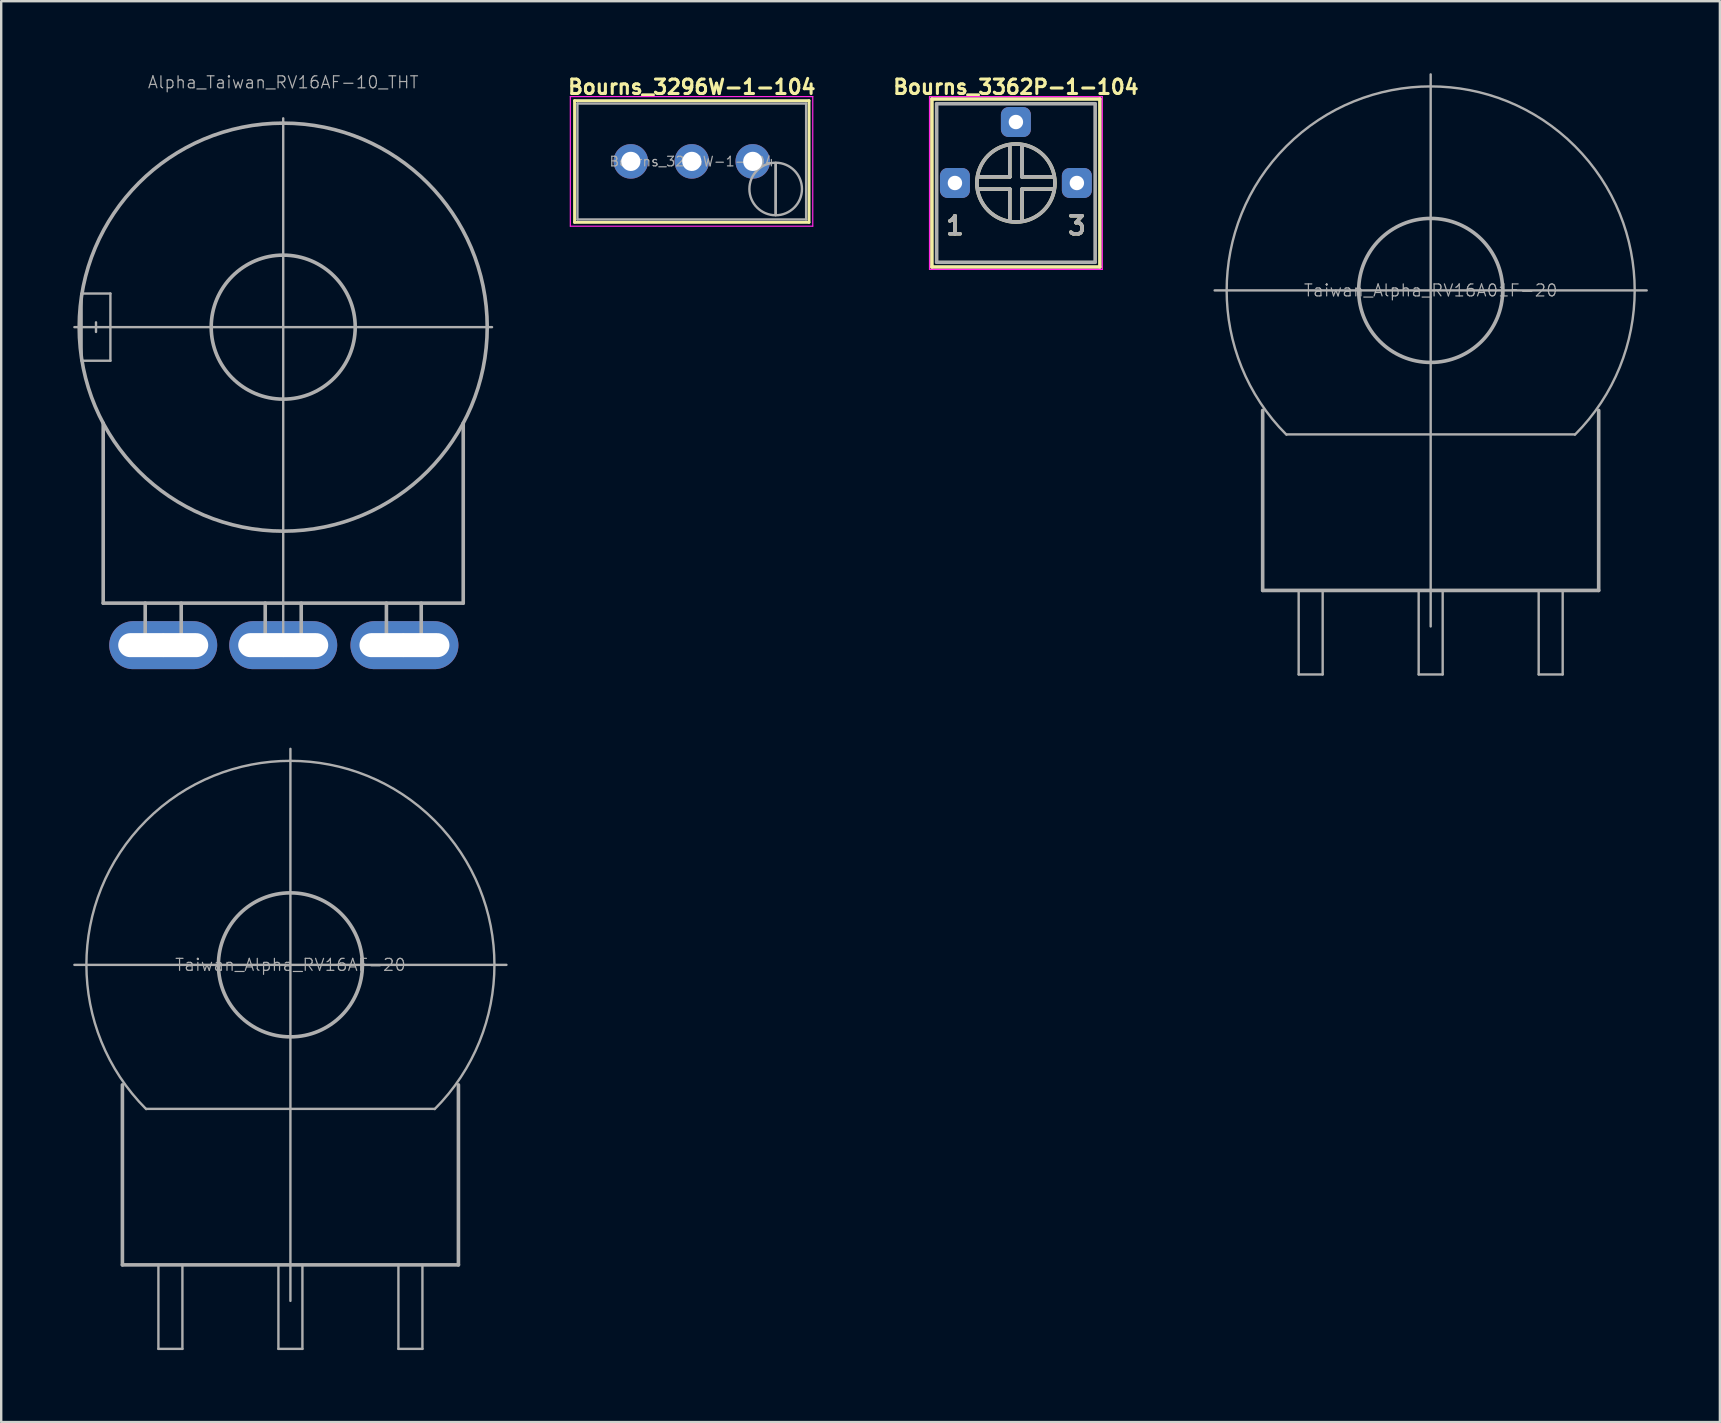
<source format=kicad_pcb>
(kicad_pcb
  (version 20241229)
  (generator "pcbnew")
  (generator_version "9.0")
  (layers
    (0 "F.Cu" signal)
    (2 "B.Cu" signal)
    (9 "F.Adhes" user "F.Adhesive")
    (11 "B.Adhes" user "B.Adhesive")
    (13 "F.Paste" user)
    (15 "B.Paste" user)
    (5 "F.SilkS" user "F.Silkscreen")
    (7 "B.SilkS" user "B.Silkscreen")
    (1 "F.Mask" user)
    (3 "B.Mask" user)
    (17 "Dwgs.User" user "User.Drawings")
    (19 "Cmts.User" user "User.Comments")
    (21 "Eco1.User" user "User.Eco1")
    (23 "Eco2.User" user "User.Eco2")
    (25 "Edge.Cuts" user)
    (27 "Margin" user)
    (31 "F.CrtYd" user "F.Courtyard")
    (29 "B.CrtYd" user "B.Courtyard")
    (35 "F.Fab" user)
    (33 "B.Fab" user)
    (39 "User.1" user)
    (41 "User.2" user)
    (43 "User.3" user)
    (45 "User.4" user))
  (footprint "Taiwan_Alpha_RV16AF-20"
    (layer "F.Cu")
    (at 9.05 37.15)
    (property "Reference" "Taiwan_Alpha_RV16AF-20" (at 0 0 0) (layer "F.Fab") (effects (font (size 0.5 0.5) (thickness 0.05))))
    (attr through_hole)
    (fp_line (start -9 0) (end 9 0) (stroke (width 0.1) (type solid)) (layer "F.Fab"))
    (fp_line (start -7 12.5) (end -7 5) (stroke (width 0.15) (type solid)) (layer "F.Fab"))
    (fp_line (start -7 12.5) (end 7 12.5) (stroke (width 0.15) (type solid)) (layer "F.Fab"))
    (fp_line (start -6 6) (end 6 6) (stroke (width 0.1) (type solid)) (layer "F.Fab"))
    (fp_line (start -5.5 12.5) (end -5.5 16) (stroke (width 0.1) (type solid)) (layer "F.Fab"))
    (fp_line (start -5.5 16) (end -4.5 16) (stroke (width 0.1) (type solid)) (layer "F.Fab"))
    (fp_line (start -4.5 16) (end -4.5 12.5) (stroke (width 0.1) (type solid)) (layer "F.Fab"))
    (fp_line (start -0.5 12.5) (end -0.5 16) (stroke (width 0.1) (type solid)) (layer "F.Fab"))
    (fp_line (start -0.5 16) (end 0.5 16) (stroke (width 0.1) (type solid)) (layer "F.Fab"))
    (fp_line (start 0 0) (end 0 -9) (stroke (width 0.1) (type solid)) (layer "F.Fab"))
    (fp_line (start 0 0) (end 0 14) (stroke (width 0.1) (type solid)) (layer "F.Fab"))
    (fp_line (start 0.5 16) (end 0.5 12.5) (stroke (width 0.1) (type solid)) (layer "F.Fab"))
    (fp_line (start 4.5 12.5) (end 4.5 16) (stroke (width 0.1) (type solid)) (layer "F.Fab"))
    (fp_line (start 4.5 16) (end 5.5 16) (stroke (width 0.1) (type solid)) (layer "F.Fab"))
    (fp_line (start 5.5 16) (end 5.5 12.5) (stroke (width 0.1) (type solid)) (layer "F.Fab"))
    (fp_line (start 7 12.5) (end 7 5) (stroke (width 0.15) (type solid)) (layer "F.Fab"))
    (fp_arc (start -6.010408 6.010408) (mid 0 -8.500001) (end 6.010408 6.010408) (stroke (width 0.1) (type solid)) (layer "F.Fab"))
    (fp_circle (center 0 0) (end 3 0) (stroke (width 0.15) (type solid)) (fill no) (layer "F.Fab")))
  (footprint "Taiwan_Alpha_RV16A01F-20"
    (layer "F.Cu")
    (at 56.558 9.05)
    (property "Reference" "Taiwan_Alpha_RV16A01F-20" (at 0 0 0) (layer "F.Fab") (effects (font (size 0.5 0.5) (thickness 0.05))))
    (attr through_hole)
    (fp_line (start -9 0) (end 9 0) (stroke (width 0.1) (type solid)) (layer "F.Fab"))
    (fp_line (start -7 12.5) (end -7 5) (stroke (width 0.15) (type solid)) (layer "F.Fab"))
    (fp_line (start -7 12.5) (end 7 12.5) (stroke (width 0.15) (type solid)) (layer "F.Fab"))
    (fp_line (start -6 6) (end 6 6) (stroke (width 0.1) (type solid)) (layer "F.Fab"))
    (fp_line (start -5.5 12.5) (end -5.5 16) (stroke (width 0.1) (type solid)) (layer "F.Fab"))
    (fp_line (start -5.5 16) (end -4.5 16) (stroke (width 0.1) (type solid)) (layer "F.Fab"))
    (fp_line (start -4.5 16) (end -4.5 12.5) (stroke (width 0.1) (type solid)) (layer "F.Fab"))
    (fp_line (start -0.5 12.5) (end -0.5 16) (stroke (width 0.1) (type solid)) (layer "F.Fab"))
    (fp_line (start -0.5 16) (end 0.5 16) (stroke (width 0.1) (type solid)) (layer "F.Fab"))
    (fp_line (start 0 0) (end 0 -9) (stroke (width 0.1) (type solid)) (layer "F.Fab"))
    (fp_line (start 0 0) (end 0 14) (stroke (width 0.1) (type solid)) (layer "F.Fab"))
    (fp_line (start 0.5 16) (end 0.5 12.5) (stroke (width 0.1) (type solid)) (layer "F.Fab"))
    (fp_line (start 4.5 12.5) (end 4.5 16) (stroke (width 0.1) (type solid)) (layer "F.Fab"))
    (fp_line (start 4.5 16) (end 5.5 16) (stroke (width 0.1) (type solid)) (layer "F.Fab"))
    (fp_line (start 5.5 16) (end 5.5 12.5) (stroke (width 0.1) (type solid)) (layer "F.Fab"))
    (fp_line (start 7 12.5) (end 7 5) (stroke (width 0.15) (type solid)) (layer "F.Fab"))
    (fp_arc (start -6.010408 6.010408) (mid 0 -8.500001) (end 6.010408 6.010408) (stroke (width 0.1) (type solid)) (layer "F.Fab"))
    (fp_circle (center 0 0) (end 3 0) (stroke (width 0.15) (type solid)) (fill no) (layer "F.Fab")))
  (footprint "Bourns_3296W-1-104"
    (layer "F.Cu")
    (at 25.773 3.674)
    (property "Reference" "Bourns_3296W-1-104" (at 0 -3.1 0) (layer "F.SilkS") (effects (font (size 0.6 0.6) (thickness 0.127))))
    (attr through_hole)
    (fp_line (start -4.885 -2.53) (end -4.885 2.54) (stroke (width 0.12) (type solid)) (layer "F.SilkS"))
    (fp_line (start -4.885 -2.53) (end 4.885 -2.53) (stroke (width 0.12) (type solid)) (layer "F.SilkS"))
    (fp_line (start -4.885 2.54) (end 4.885 2.54) (stroke (width 0.12) (type solid)) (layer "F.SilkS"))
    (fp_line (start 4.885 -2.53) (end 4.885 2.54) (stroke (width 0.12) (type solid)) (layer "F.SilkS"))
    (fp_line (start -5.06 -2.7) (end -5.06 2.7) (stroke (width 0.05) (type solid)) (layer "F.CrtYd"))
    (fp_line (start -5.06 2.7) (end 5.04 2.7) (stroke (width 0.05) (type solid)) (layer "F.CrtYd"))
    (fp_line (start 5.04 -2.7) (end -5.06 -2.7) (stroke (width 0.05) (type solid)) (layer "F.CrtYd"))
    (fp_line (start 5.04 2.7) (end 5.04 -2.7) (stroke (width 0.05) (type solid)) (layer "F.CrtYd"))
    (fp_line (start -4.765 -2.41) (end -4.765 2.42) (stroke (width 0.1) (type solid)) (layer "F.Fab"))
    (fp_line (start -4.765 2.42) (end 4.765 2.42) (stroke (width 0.1) (type solid)) (layer "F.Fab"))
    (fp_line (start 3.495 2.235) (end 3.496 0.066) (stroke (width 0.1) (type solid)) (layer "F.Fab"))
    (fp_line (start 3.495 2.235) (end 3.496 0.066) (stroke (width 0.1) (type solid)) (layer "F.Fab"))
    (fp_line (start 4.765 -2.41) (end -4.765 -2.41) (stroke (width 0.1) (type solid)) (layer "F.Fab"))
    (fp_line (start 4.765 2.42) (end 4.765 -2.41) (stroke (width 0.1) (type solid)) (layer "F.Fab"))
    (fp_circle (center 3.495 1.15) (end 4.59 1.15) (stroke (width 0.1) (type solid)) (fill no) (layer "F.Fab"))
    (fp_text user "${REFERENCE}" (at 0 0.005 0) (layer "F.Fab") (effects (font (size 0.4 0.4) (thickness 0.05))))
    (pad "1" thru_hole circle (at 2.54 0) (size 1.44 1.44) (drill 0.8) (layers "*.Cu" "*.Mask"))
    (pad "2" thru_hole circle (at 0 0) (size 1.44 1.44) (drill 0.8) (layers "*.Cu" "*.Mask"))
    (pad "3" thru_hole circle (at -2.54 0) (size 1.44 1.44) (drill 0.8) (layers "*.Cu" "*.Mask")))
  (footprint "Bourns_3362P-1-104"
    (layer "F.Cu")
    (at 39.277 4.574)
    (property "Reference" "Bourns_3362P-1-104" (at 0 -4 0) (layer "F.SilkS") (effects (font (size 0.6 0.6) (thickness 0.127))))
    (attr through_hole)
    (fp_line (start -3.5 -3.5) (end 3.5 -3.5) (stroke (width 0.15) (type solid)) (layer "F.SilkS"))
    (fp_line (start -3.5 3.5) (end -3.5 -3.5) (stroke (width 0.15) (type solid)) (layer "F.SilkS"))
    (fp_line (start -3.5 3.5) (end 3.5 3.5) (stroke (width 0.15) (type solid)) (layer "F.SilkS"))
    (fp_line (start -1.524 0.254) (end -0.254 0.254) (stroke (width 0.15) (type solid)) (layer "F.SilkS"))
    (fp_line (start -0.254 -0.254) (end -1.524 -0.254) (stroke (width 0.15) (type solid)) (layer "F.SilkS"))
    (fp_line (start -0.254 -0.254) (end -0.254 -1.524) (stroke (width 0.15) (type solid)) (layer "F.SilkS"))
    (fp_line (start -0.254 0.254) (end -0.254 1.524) (stroke (width 0.15) (type solid)) (layer "F.SilkS"))
    (fp_line (start 0.254 -0.254) (end 0.254 -1.524) (stroke (width 0.15) (type solid)) (layer "F.SilkS"))
    (fp_line (start 0.254 -0.254) (end 1.524 -0.254) (stroke (width 0.15) (type solid)) (layer "F.SilkS"))
    (fp_line (start 0.254 0.254) (end 1.524 0.254) (stroke (width 0.15) (type solid)) (layer "F.SilkS"))
    (fp_line (start 0.254 1.524) (end 0.254 0.254) (stroke (width 0.15) (type solid)) (layer "F.SilkS"))
    (fp_line (start 3.5 3.5) (end 3.5 -3.5) (stroke (width 0.15) (type solid)) (layer "F.SilkS"))
    (fp_circle (center 0 0) (end 1.27 1.016) (stroke (width 0.15) (type solid)) (fill no) (layer "F.SilkS"))
    (fp_line (start -3.6 -3.6) (end 3.6 -3.6) (stroke (width 0.05) (type solid)) (layer "F.CrtYd"))
    (fp_line (start -3.6 3.6) (end -3.6 -3.6) (stroke (width 0.05) (type solid)) (layer "F.CrtYd"))
    (fp_line (start 3.6 -3.6) (end 3.6 3.6) (stroke (width 0.05) (type solid)) (layer "F.CrtYd"))
    (fp_line (start 3.6 3.6) (end -3.6 3.6) (stroke (width 0.05) (type solid)) (layer "F.CrtYd"))
    (fp_line (start -3.302 -3.302) (end -3.302 3.302) (stroke (width 0.15) (type solid)) (layer "F.Fab"))
    (fp_line (start -3.302 3.302) (end 3.302 3.302) (stroke (width 0.15) (type solid)) (layer "F.Fab"))
    (fp_line (start -0.254 -0.254) (end -1.524 -0.254) (stroke (width 0.15) (type solid)) (layer "F.Fab"))
    (fp_line (start -0.254 -0.254) (end -0.254 -1.524) (stroke (width 0.15) (type solid)) (layer "F.Fab"))
    (fp_line (start -0.254 0.254) (end -1.524 0.254) (stroke (width 0.15) (type solid)) (layer "F.Fab"))
    (fp_line (start -0.254 1.524) (end -0.254 0.254) (stroke (width 0.15) (type solid)) (layer "F.Fab"))
    (fp_line (start 0.254 -1.524) (end 0.254 -0.254) (stroke (width 0.15) (type solid)) (layer "F.Fab"))
    (fp_line (start 0.254 -0.254) (end 0.254 -1.524) (stroke (width 0.15) (type solid)) (layer "F.Fab"))
    (fp_line (start 0.254 -0.254) (end 1.524 -0.254) (stroke (width 0.15) (type solid)) (layer "F.Fab"))
    (fp_line (start 0.254 0.254) (end 0.254 1.524) (stroke (width 0.15) (type solid)) (layer "F.Fab"))
    (fp_line (start 1.524 0.254) (end 0.254 0.254) (stroke (width 0.15) (type solid)) (layer "F.Fab"))
    (fp_line (start 3.302 -3.302) (end -3.302 -3.302) (stroke (width 0.15) (type solid)) (layer "F.Fab"))
    (fp_line (start 3.302 3.302) (end 3.302 -3.302) (stroke (width 0.15) (type solid)) (layer "F.Fab"))
    (fp_circle (center 0 0) (end 1.27 1.016) (stroke (width 0.15) (type solid)) (fill no) (layer "F.Fab"))
    (fp_text user "1" (at -2.54 1.778 0) (layer "F.SilkS") (effects (font (size 0.75 0.75) (thickness 0.15))))
    (fp_text user "3" (at 2.54 1.778 0) (layer "F.SilkS") (effects (font (size 0.75 0.75) (thickness 0.15))))
    (fp_text user "3" (at 2.54 1.778 0) (layer "F.Fab") (effects (font (size 0.75 0.75) (thickness 0.15))))
    (fp_text user "1" (at -2.54 1.778 0) (layer "F.Fab") (effects (font (size 0.75 0.75) (thickness 0.15))))
    (pad "1" thru_hole roundrect (at -2.54 0) (size 1.25 1.25) (drill 0.6) (layers "*.Cu" "*.Mask") (roundrect_rratio 0.25))
    (pad "2" thru_hole roundrect (at 0 -2.54) (size 1.25 1.25) (drill 0.6) (layers "*.Cu" "*.Mask") (roundrect_rratio 0.25))
    (pad "3" thru_hole roundrect (at 2.54 0) (size 1.25 1.25) (drill 0.6) (layers "*.Cu" "*.Mask") (roundrect_rratio 0.25)))
  (footprint "Alpha_Taiwan_RV16AF-10_THT"
    (layer "F.Cu")
    (at 8.75 10.58)
    (property "Reference" "Alpha_Taiwan_RV16AF-10_THT" (at 0 -10.2 0) (layer "F.Fab") (effects (font (size 0.5 0.5) (thickness 0.05))))
    (attr through_hole)
    (fp_line (start -8.7 0) (end 8.7 0) (stroke (width 0.1) (type solid)) (layer "F.Fab"))
    (fp_line (start -8.4 -1.4) (end -8.4 1.4) (stroke (width 0.1) (type solid)) (layer "F.Fab"))
    (fp_line (start -8.4 1.4) (end -7.2 1.4) (stroke (width 0.1) (type solid)) (layer "F.Fab"))
    (fp_line (start -7.8 -0.2) (end -7.8 0.2) (stroke (width 0.1) (type solid)) (layer "F.Fab"))
    (fp_line (start -7.5 11.5) (end -7.5 4) (stroke (width 0.15) (type solid)) (layer "F.Fab"))
    (fp_line (start -7.5 11.5) (end 7.5 11.5) (stroke (width 0.15) (type solid)) (layer "F.Fab"))
    (fp_line (start -7.2 -1.4) (end -8.4 -1.4) (stroke (width 0.1) (type solid)) (layer "F.Fab"))
    (fp_line (start -7.2 1.4) (end -7.2 -1.4) (stroke (width 0.1) (type solid)) (layer "F.Fab"))
    (fp_line (start -6.5 13) (end -5.75 13) (stroke (width 0.15) (type solid)) (layer "F.Fab"))
    (fp_line (start -6.5 13.5) (end -6.5 13) (stroke (width 0.1) (type solid)) (layer "F.Fab"))
    (fp_line (start -6.5 13.5) (end -3.5 13.5) (stroke (width 0.1) (type solid)) (layer "F.Fab"))
    (fp_line (start -5.75 13) (end -5.75 11.5) (stroke (width 0.15) (type solid)) (layer "F.Fab"))
    (fp_line (start -5 12.8) (end -5 13.2) (stroke (width 0.1) (type solid)) (layer "F.Fab"))
    (fp_line (start -5 13.2) (end -5 13.7) (stroke (width 0.1) (type solid)) (layer "F.Fab"))
    (fp_line (start -4.25 13) (end -4.25 11.5) (stroke (width 0.15) (type solid)) (layer "F.Fab"))
    (fp_line (start -4.25 13) (end -3.5 13) (stroke (width 0.15) (type solid)) (layer "F.Fab"))
    (fp_line (start -3.5 13.5) (end -3.5 13) (stroke (width 0.1) (type solid)) (layer "F.Fab"))
    (fp_line (start -1.5 13.5) (end -1.5 13) (stroke (width 0.1) (type solid)) (layer "F.Fab"))
    (fp_line (start -0.75 13) (end -1.5 13) (stroke (width 0.15) (type solid)) (layer "F.Fab"))
    (fp_line (start -0.75 13) (end -0.75 11.5) (stroke (width 0.15) (type solid)) (layer "F.Fab"))
    (fp_line (start 0 0) (end 0 -8.7) (stroke (width 0.1) (type solid)) (layer "F.Fab"))
    (fp_line (start 0 0) (end 0 13.7) (stroke (width 0.1) (type solid)) (layer "F.Fab"))
    (fp_line (start 0.75 13) (end 0.75 11.5) (stroke (width 0.15) (type solid)) (layer "F.Fab"))
    (fp_line (start 0.75 13) (end 1.5 13) (stroke (width 0.15) (type solid)) (layer "F.Fab"))
    (fp_line (start 1.5 13) (end 1.5 13.5) (stroke (width 0.1) (type solid)) (layer "F.Fab"))
    (fp_line (start 1.5 13.5) (end -1.5 13.5) (stroke (width 0.1) (type solid)) (layer "F.Fab"))
    (fp_line (start 3.5 13) (end 4.3 13) (stroke (width 0.15) (type solid)) (layer "F.Fab"))
    (fp_line (start 3.5 13.5) (end 3.5 13) (stroke (width 0.1) (type solid)) (layer "F.Fab"))
    (fp_line (start 4.3 13) (end 4.3 11.5) (stroke (width 0.15) (type solid)) (layer "F.Fab"))
    (fp_line (start 5 12.8) (end 5 13.2) (stroke (width 0.1) (type solid)) (layer "F.Fab"))
    (fp_line (start 5 13.2) (end 5 13.7) (stroke (width 0.1) (type solid)) (layer "F.Fab"))
    (fp_line (start 5.75 13) (end 5.75 11.5) (stroke (width 0.15) (type solid)) (layer "F.Fab"))
    (fp_line (start 6.5 13) (end 5.75 13) (stroke (width 0.15) (type solid)) (layer "F.Fab"))
    (fp_line (start 6.5 13) (end 6.5 13.5) (stroke (width 0.1) (type solid)) (layer "F.Fab"))
    (fp_line (start 6.5 13.5) (end 3.5 13.5) (stroke (width 0.1) (type solid)) (layer "F.Fab"))
    (fp_line (start 7.5 11.5) (end 7.5 4) (stroke (width 0.15) (type solid)) (layer "F.Fab"))
    (fp_circle (center 0 0) (end 3 0) (stroke (width 0.15) (type solid)) (fill no) (layer "F.Fab"))
    (fp_circle (center 0 0) (end 8.5 0) (stroke (width 0.15) (type solid)) (fill no) (layer "F.Fab"))
    (pad "1" thru_hole oval (at -5 13.25) (size 4.5 2) (drill oval 3.75 1) (layers "*.Cu" "*.Mask"))
    (pad "2" thru_hole oval (at 0 13.25) (size 4.5 2) (drill oval 3.75 1) (layers "*.Cu" "*.Mask"))
    (pad "3" thru_hole oval (at 5.05 13.25) (size 4.5 2) (drill oval 3.75 1) (layers "*.Cu" "*.Mask")))
  (gr_rect
    (start -3 -3)
    (end 68.608 56.2)
    (stroke (width 0.1) (type default))
    (fill no)
    (layer "Edge.Cuts")))
</source>
